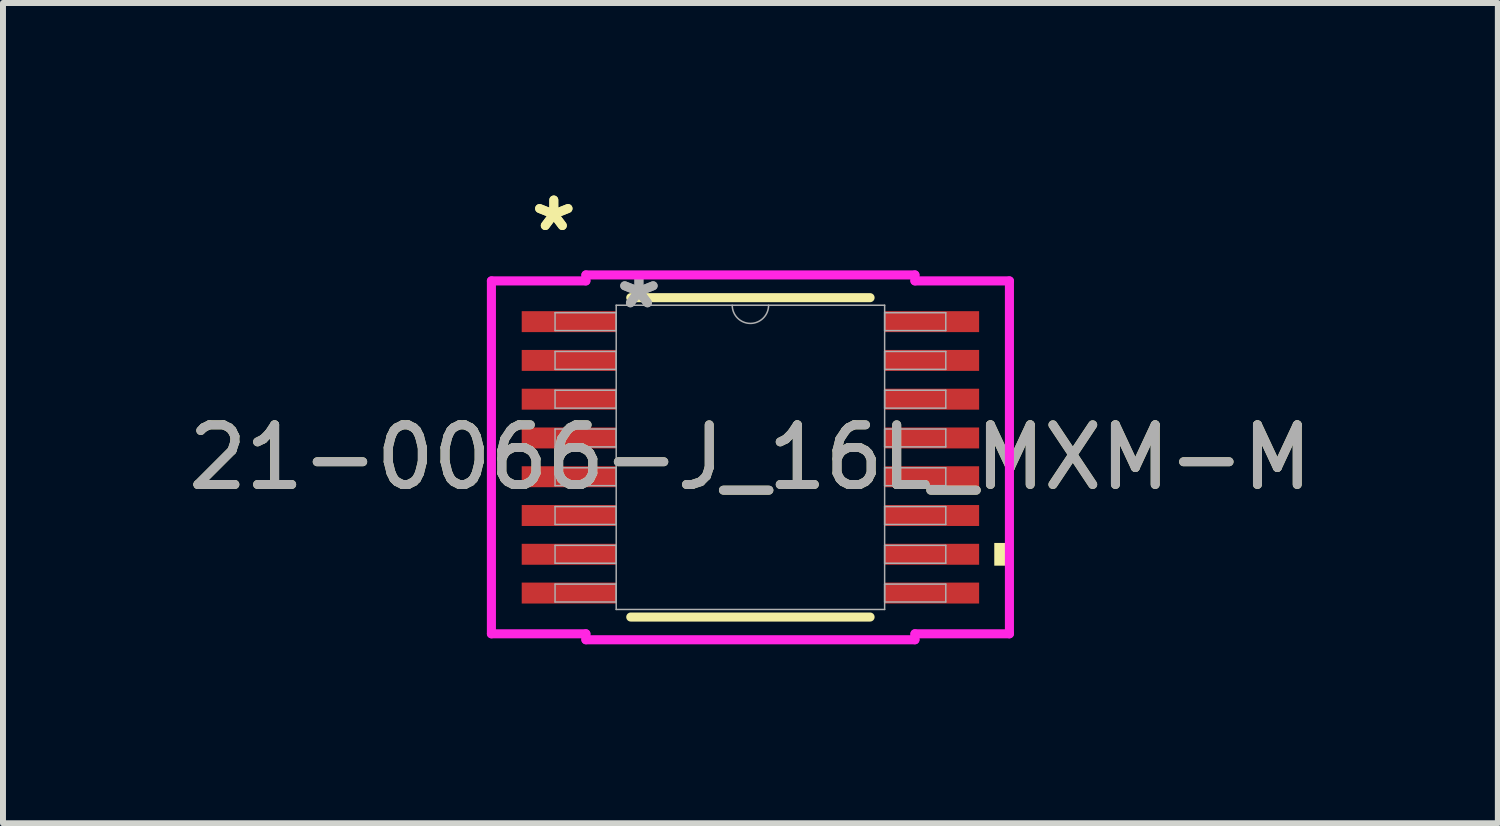
<source format=kicad_pcb>
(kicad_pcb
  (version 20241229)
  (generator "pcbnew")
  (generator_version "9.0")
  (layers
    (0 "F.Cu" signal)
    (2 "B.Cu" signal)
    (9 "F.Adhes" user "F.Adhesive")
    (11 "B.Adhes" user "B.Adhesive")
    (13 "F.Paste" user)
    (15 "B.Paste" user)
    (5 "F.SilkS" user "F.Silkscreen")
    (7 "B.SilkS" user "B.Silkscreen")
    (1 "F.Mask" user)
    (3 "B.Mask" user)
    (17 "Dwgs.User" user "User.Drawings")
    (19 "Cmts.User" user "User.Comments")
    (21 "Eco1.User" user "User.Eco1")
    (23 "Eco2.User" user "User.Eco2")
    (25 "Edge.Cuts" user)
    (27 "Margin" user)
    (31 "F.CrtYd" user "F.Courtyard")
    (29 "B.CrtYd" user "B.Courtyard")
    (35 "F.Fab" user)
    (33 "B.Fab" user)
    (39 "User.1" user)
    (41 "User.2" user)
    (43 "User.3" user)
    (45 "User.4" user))
  (footprint "21-0066-J_16L_MXM-M"
    (layer "F.Cu")
    (at 9.53 4.617)
    (property "Reference" "21-0066-J_16L_MXM-M" (at 0 0 0) (unlocked yes) (layer "F.SilkS") (effects (font (size 1 1) (thickness 0.15))))
    (attr smd)
    (fp_line (start -2.006 2.677) (end 2.006 2.677) (stroke (width 0.152) (type solid)) (layer "F.SilkS"))
    (fp_line (start 2.006 -2.677) (end -2.006 -2.677) (stroke (width 0.152) (type solid)) (layer "F.SilkS"))
    (fp_poly (pts (xy 4.342 1.435) (xy 4.342 1.816) (xy 4.088 1.816) (xy 4.088 1.435)) (stroke (width 0) (type solid)) (fill yes) (layer "F.SilkS"))
    (fp_line (start -4.342 -2.958) (end -2.758 -2.958) (stroke (width 0.152) (type solid)) (layer "F.CrtYd"))
    (fp_line (start -4.342 2.958) (end -4.342 -2.958) (stroke (width 0.152) (type solid)) (layer "F.CrtYd"))
    (fp_line (start -4.342 2.958) (end -2.758 2.958) (stroke (width 0.152) (type solid)) (layer "F.CrtYd"))
    (fp_line (start -2.758 -3.058) (end 2.758 -3.058) (stroke (width 0.152) (type solid)) (layer "F.CrtYd"))
    (fp_line (start -2.758 -2.958) (end -2.758 -3.058) (stroke (width 0.152) (type solid)) (layer "F.CrtYd"))
    (fp_line (start -2.758 3.058) (end -2.758 2.958) (stroke (width 0.152) (type solid)) (layer "F.CrtYd"))
    (fp_line (start 2.758 -3.058) (end 2.758 -2.958) (stroke (width 0.152) (type solid)) (layer "F.CrtYd"))
    (fp_line (start 2.758 2.958) (end 2.758 3.058) (stroke (width 0.152) (type solid)) (layer "F.CrtYd"))
    (fp_line (start 2.758 3.058) (end -2.758 3.058) (stroke (width 0.152) (type solid)) (layer "F.CrtYd"))
    (fp_line (start 4.342 -2.958) (end 2.758 -2.958) (stroke (width 0.152) (type solid)) (layer "F.CrtYd"))
    (fp_line (start 4.342 -2.958) (end 4.342 2.958) (stroke (width 0.152) (type solid)) (layer "F.CrtYd"))
    (fp_line (start 4.342 2.958) (end 2.758 2.958) (stroke (width 0.152) (type solid)) (layer "F.CrtYd"))
    (fp_line (start -3.275 -2.425) (end -3.275 -2.125) (stroke (width 0.025) (type solid)) (layer "F.Fab"))
    (fp_line (start -3.275 -2.125) (end -2.25 -2.125) (stroke (width 0.025) (type solid)) (layer "F.Fab"))
    (fp_line (start -3.275 -1.775) (end -3.275 -1.475) (stroke (width 0.025) (type solid)) (layer "F.Fab"))
    (fp_line (start -3.275 -1.475) (end -2.25 -1.475) (stroke (width 0.025) (type solid)) (layer "F.Fab"))
    (fp_line (start -3.275 -1.125) (end -3.275 -0.825) (stroke (width 0.025) (type solid)) (layer "F.Fab"))
    (fp_line (start -3.275 -0.825) (end -2.25 -0.825) (stroke (width 0.025) (type solid)) (layer "F.Fab"))
    (fp_line (start -3.275 -0.475) (end -3.275 -0.175) (stroke (width 0.025) (type solid)) (layer "F.Fab"))
    (fp_line (start -3.275 -0.175) (end -2.25 -0.175) (stroke (width 0.025) (type solid)) (layer "F.Fab"))
    (fp_line (start -3.275 0.175) (end -3.275 0.475) (stroke (width 0.025) (type solid)) (layer "F.Fab"))
    (fp_line (start -3.275 0.475) (end -2.25 0.475) (stroke (width 0.025) (type solid)) (layer "F.Fab"))
    (fp_line (start -3.275 0.825) (end -3.275 1.125) (stroke (width 0.025) (type solid)) (layer "F.Fab"))
    (fp_line (start -3.275 1.125) (end -2.25 1.125) (stroke (width 0.025) (type solid)) (layer "F.Fab"))
    (fp_line (start -3.275 1.475) (end -3.275 1.775) (stroke (width 0.025) (type solid)) (layer "F.Fab"))
    (fp_line (start -3.275 1.775) (end -2.25 1.775) (stroke (width 0.025) (type solid)) (layer "F.Fab"))
    (fp_line (start -3.275 2.125) (end -3.275 2.425) (stroke (width 0.025) (type solid)) (layer "F.Fab"))
    (fp_line (start -3.275 2.425) (end -2.25 2.425) (stroke (width 0.025) (type solid)) (layer "F.Fab"))
    (fp_line (start -2.25 -2.55) (end -2.25 2.55) (stroke (width 0.025) (type solid)) (layer "F.Fab"))
    (fp_line (start -2.25 -2.425) (end -3.275 -2.425) (stroke (width 0.025) (type solid)) (layer "F.Fab"))
    (fp_line (start -2.25 -2.125) (end -2.25 -2.425) (stroke (width 0.025) (type solid)) (layer "F.Fab"))
    (fp_line (start -2.25 -1.775) (end -3.275 -1.775) (stroke (width 0.025) (type solid)) (layer "F.Fab"))
    (fp_line (start -2.25 -1.475) (end -2.25 -1.775) (stroke (width 0.025) (type solid)) (layer "F.Fab"))
    (fp_line (start -2.25 -1.125) (end -3.275 -1.125) (stroke (width 0.025) (type solid)) (layer "F.Fab"))
    (fp_line (start -2.25 -0.825) (end -2.25 -1.125) (stroke (width 0.025) (type solid)) (layer "F.Fab"))
    (fp_line (start -2.25 -0.475) (end -3.275 -0.475) (stroke (width 0.025) (type solid)) (layer "F.Fab"))
    (fp_line (start -2.25 -0.175) (end -2.25 -0.475) (stroke (width 0.025) (type solid)) (layer "F.Fab"))
    (fp_line (start -2.25 0.175) (end -3.275 0.175) (stroke (width 0.025) (type solid)) (layer "F.Fab"))
    (fp_line (start -2.25 0.475) (end -2.25 0.175) (stroke (width 0.025) (type solid)) (layer "F.Fab"))
    (fp_line (start -2.25 0.825) (end -3.275 0.825) (stroke (width 0.025) (type solid)) (layer "F.Fab"))
    (fp_line (start -2.25 1.125) (end -2.25 0.825) (stroke (width 0.025) (type solid)) (layer "F.Fab"))
    (fp_line (start -2.25 1.475) (end -3.275 1.475) (stroke (width 0.025) (type solid)) (layer "F.Fab"))
    (fp_line (start -2.25 1.775) (end -2.25 1.475) (stroke (width 0.025) (type solid)) (layer "F.Fab"))
    (fp_line (start -2.25 2.125) (end -3.275 2.125) (stroke (width 0.025) (type solid)) (layer "F.Fab"))
    (fp_line (start -2.25 2.425) (end -2.25 2.125) (stroke (width 0.025) (type solid)) (layer "F.Fab"))
    (fp_line (start -2.25 2.55) (end 2.25 2.55) (stroke (width 0.025) (type solid)) (layer "F.Fab"))
    (fp_line (start 2.25 -2.55) (end -2.25 -2.55) (stroke (width 0.025) (type solid)) (layer "F.Fab"))
    (fp_line (start 2.25 -2.425) (end 2.25 -2.125) (stroke (width 0.025) (type solid)) (layer "F.Fab"))
    (fp_line (start 2.25 -2.125) (end 3.275 -2.125) (stroke (width 0.025) (type solid)) (layer "F.Fab"))
    (fp_line (start 2.25 -1.775) (end 2.25 -1.475) (stroke (width 0.025) (type solid)) (layer "F.Fab"))
    (fp_line (start 2.25 -1.475) (end 3.275 -1.475) (stroke (width 0.025) (type solid)) (layer "F.Fab"))
    (fp_line (start 2.25 -1.125) (end 2.25 -0.825) (stroke (width 0.025) (type solid)) (layer "F.Fab"))
    (fp_line (start 2.25 -0.825) (end 3.275 -0.825) (stroke (width 0.025) (type solid)) (layer "F.Fab"))
    (fp_line (start 2.25 -0.475) (end 2.25 -0.175) (stroke (width 0.025) (type solid)) (layer "F.Fab"))
    (fp_line (start 2.25 -0.175) (end 3.275 -0.175) (stroke (width 0.025) (type solid)) (layer "F.Fab"))
    (fp_line (start 2.25 0.175) (end 2.25 0.475) (stroke (width 0.025) (type solid)) (layer "F.Fab"))
    (fp_line (start 2.25 0.475) (end 3.275 0.475) (stroke (width 0.025) (type solid)) (layer "F.Fab"))
    (fp_line (start 2.25 0.825) (end 2.25 1.125) (stroke (width 0.025) (type solid)) (layer "F.Fab"))
    (fp_line (start 2.25 1.125) (end 3.275 1.125) (stroke (width 0.025) (type solid)) (layer "F.Fab"))
    (fp_line (start 2.25 1.475) (end 2.25 1.775) (stroke (width 0.025) (type solid)) (layer "F.Fab"))
    (fp_line (start 2.25 1.775) (end 3.275 1.775) (stroke (width 0.025) (type solid)) (layer "F.Fab"))
    (fp_line (start 2.25 2.125) (end 2.25 2.425) (stroke (width 0.025) (type solid)) (layer "F.Fab"))
    (fp_line (start 2.25 2.425) (end 3.275 2.425) (stroke (width 0.025) (type solid)) (layer "F.Fab"))
    (fp_line (start 2.25 2.55) (end 2.25 -2.55) (stroke (width 0.025) (type solid)) (layer "F.Fab"))
    (fp_line (start 3.275 -2.425) (end 2.25 -2.425) (stroke (width 0.025) (type solid)) (layer "F.Fab"))
    (fp_line (start 3.275 -2.125) (end 3.275 -2.425) (stroke (width 0.025) (type solid)) (layer "F.Fab"))
    (fp_line (start 3.275 -1.775) (end 2.25 -1.775) (stroke (width 0.025) (type solid)) (layer "F.Fab"))
    (fp_line (start 3.275 -1.475) (end 3.275 -1.775) (stroke (width 0.025) (type solid)) (layer "F.Fab"))
    (fp_line (start 3.275 -1.125) (end 2.25 -1.125) (stroke (width 0.025) (type solid)) (layer "F.Fab"))
    (fp_line (start 3.275 -0.825) (end 3.275 -1.125) (stroke (width 0.025) (type solid)) (layer "F.Fab"))
    (fp_line (start 3.275 -0.475) (end 2.25 -0.475) (stroke (width 0.025) (type solid)) (layer "F.Fab"))
    (fp_line (start 3.275 -0.175) (end 3.275 -0.475) (stroke (width 0.025) (type solid)) (layer "F.Fab"))
    (fp_line (start 3.275 0.175) (end 2.25 0.175) (stroke (width 0.025) (type solid)) (layer "F.Fab"))
    (fp_line (start 3.275 0.475) (end 3.275 0.175) (stroke (width 0.025) (type solid)) (layer "F.Fab"))
    (fp_line (start 3.275 0.825) (end 2.25 0.825) (stroke (width 0.025) (type solid)) (layer "F.Fab"))
    (fp_line (start 3.275 1.125) (end 3.275 0.825) (stroke (width 0.025) (type solid)) (layer "F.Fab"))
    (fp_line (start 3.275 1.475) (end 2.25 1.475) (stroke (width 0.025) (type solid)) (layer "F.Fab"))
    (fp_line (start 3.275 1.775) (end 3.275 1.475) (stroke (width 0.025) (type solid)) (layer "F.Fab"))
    (fp_line (start 3.275 2.125) (end 2.25 2.125) (stroke (width 0.025) (type solid)) (layer "F.Fab"))
    (fp_line (start 3.275 2.425) (end 3.275 2.125) (stroke (width 0.025) (type solid)) (layer "F.Fab"))
    (fp_arc (start 0.3048 -2.55) (mid 0 -2.2452) (end -0.3048 -2.55) (stroke (width 0.0254) (type solid)) (layer "F.Fab"))
    (fp_text user "*" (at -3.296 -3.769 0) (layer "F.SilkS") (effects (font (size 1 1) (thickness 0.15))))
    (fp_text user "*" (at -3.296 -3.769 0) (unlocked yes) (layer "F.SilkS") (effects (font (size 1 1) (thickness 0.15))))
    (fp_text user "*" (at -1.869 -2.474 0) (unlocked yes) (layer "F.Fab") (effects (font (size 1 1) (thickness 0.15))))
    (fp_text user "${REFERENCE}" (at 0 0 0) (unlocked yes) (layer "F.Fab") (effects (font (size 1 1) (thickness 0.15))))
    (fp_text user "*" (at -1.869 -2.474 0) (layer "F.Fab") (effects (font (size 1 1) (thickness 0.15))))
    (pad "1" smd rect (at -3.042 -2.275) (size 1.584 0.351) (layers "F.Cu" "F.Mask" "F.Paste"))
    (pad "2" smd rect (at -3.042 -1.625) (size 1.584 0.351) (layers "F.Cu" "F.Mask" "F.Paste"))
    (pad "3" smd rect (at -3.042 -0.975) (size 1.584 0.351) (layers "F.Cu" "F.Mask" "F.Paste"))
    (pad "4" smd rect (at -3.042 -0.325) (size 1.584 0.351) (layers "F.Cu" "F.Mask" "F.Paste"))
    (pad "5" smd rect (at -3.042 0.325) (size 1.584 0.351) (layers "F.Cu" "F.Mask" "F.Paste"))
    (pad "6" smd rect (at -3.042 0.975) (size 1.584 0.351) (layers "F.Cu" "F.Mask" "F.Paste"))
    (pad "7" smd rect (at -3.042 1.625) (size 1.584 0.351) (layers "F.Cu" "F.Mask" "F.Paste"))
    (pad "8" smd rect (at -3.042 2.275) (size 1.584 0.351) (layers "F.Cu" "F.Mask" "F.Paste"))
    (pad "9" smd rect (at 3.042 2.275) (size 1.584 0.351) (layers "F.Cu" "F.Mask" "F.Paste"))
    (pad "10" smd rect (at 3.042 1.625) (size 1.584 0.351) (layers "F.Cu" "F.Mask" "F.Paste"))
    (pad "11" smd rect (at 3.042 0.975) (size 1.584 0.351) (layers "F.Cu" "F.Mask" "F.Paste"))
    (pad "12" smd rect (at 3.042 0.325) (size 1.584 0.351) (layers "F.Cu" "F.Mask" "F.Paste"))
    (pad "13" smd rect (at 3.042 -0.325) (size 1.584 0.351) (layers "F.Cu" "F.Mask" "F.Paste"))
    (pad "14" smd rect (at 3.042 -0.975) (size 1.584 0.351) (layers "F.Cu" "F.Mask" "F.Paste"))
    (pad "15" smd rect (at 3.042 -1.625) (size 1.584 0.351) (layers "F.Cu" "F.Mask" "F.Paste"))
    (pad "16" smd rect (at 3.042 -2.275) (size 1.584 0.351) (layers "F.Cu" "F.Mask" "F.Paste")))
  (gr_rect
    (start -3 -3)
    (end 22.06 10.751)
    (stroke (width 0.1) (type default))
    (fill no)
    (layer "Edge.Cuts")))
</source>
